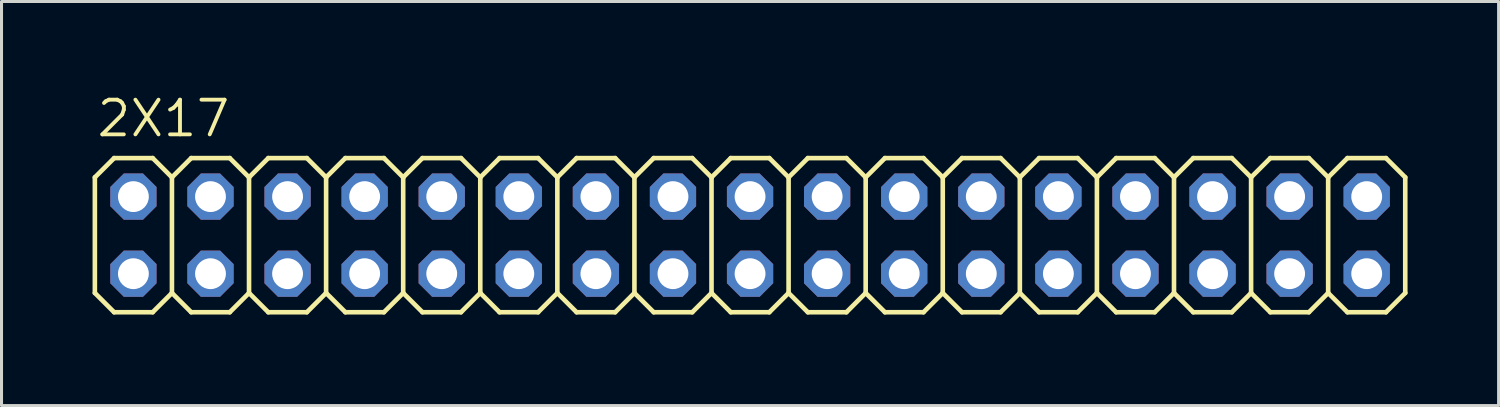
<source format=kicad_pcb>
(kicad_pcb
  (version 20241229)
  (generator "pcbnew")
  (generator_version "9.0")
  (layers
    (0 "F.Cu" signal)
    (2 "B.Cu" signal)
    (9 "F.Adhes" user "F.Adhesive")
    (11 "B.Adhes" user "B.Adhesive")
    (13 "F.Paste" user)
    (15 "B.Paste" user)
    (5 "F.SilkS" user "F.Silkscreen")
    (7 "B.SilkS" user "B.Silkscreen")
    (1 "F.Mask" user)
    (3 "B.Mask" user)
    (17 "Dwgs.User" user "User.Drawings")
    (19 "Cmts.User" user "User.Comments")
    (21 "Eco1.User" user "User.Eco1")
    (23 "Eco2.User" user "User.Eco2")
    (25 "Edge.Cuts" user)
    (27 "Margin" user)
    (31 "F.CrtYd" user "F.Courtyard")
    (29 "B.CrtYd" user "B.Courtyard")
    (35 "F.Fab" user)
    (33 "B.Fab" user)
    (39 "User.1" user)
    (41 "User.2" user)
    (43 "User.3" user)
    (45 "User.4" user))
  (footprint "2X17"
    (layer "F.Cu")
    (at 21.666 4.699)
    (property "Reference" "2X17" (at -21.59 -3.175 0) (layer "F.SilkS") (effects (font (size 1.143 1.143) (thickness 0.127)) (justify left bottom)))
    (fp_line (start -21.59 -1.905) (end -20.955 -2.54) (stroke (width 0.152) (type solid)) (layer "F.SilkS"))
    (fp_line (start -21.59 1.905) (end -21.59 -1.905) (stroke (width 0.152) (type solid)) (layer "F.SilkS"))
    (fp_line (start -21.59 1.905) (end -20.955 2.54) (stroke (width 0.152) (type solid)) (layer "F.SilkS"))
    (fp_line (start -20.955 -2.54) (end -19.685 -2.54) (stroke (width 0.152) (type solid)) (layer "F.SilkS"))
    (fp_line (start -20.955 2.54) (end -19.685 2.54) (stroke (width 0.152) (type solid)) (layer "F.SilkS"))
    (fp_line (start -19.685 -2.54) (end -19.05 -1.905) (stroke (width 0.152) (type solid)) (layer "F.SilkS"))
    (fp_line (start -19.685 2.54) (end -19.05 1.905) (stroke (width 0.152) (type solid)) (layer "F.SilkS"))
    (fp_line (start -19.05 -1.905) (end -19.05 1.905) (stroke (width 0.152) (type solid)) (layer "F.SilkS"))
    (fp_line (start -19.05 -1.905) (end -18.415 -2.54) (stroke (width 0.152) (type solid)) (layer "F.SilkS"))
    (fp_line (start -19.05 1.905) (end -18.415 2.54) (stroke (width 0.152) (type solid)) (layer "F.SilkS"))
    (fp_line (start -18.415 -2.54) (end -17.145 -2.54) (stroke (width 0.152) (type solid)) (layer "F.SilkS"))
    (fp_line (start -18.415 2.54) (end -17.145 2.54) (stroke (width 0.152) (type solid)) (layer "F.SilkS"))
    (fp_line (start -17.145 -2.54) (end -16.51 -1.905) (stroke (width 0.152) (type solid)) (layer "F.SilkS"))
    (fp_line (start -17.145 2.54) (end -16.51 1.905) (stroke (width 0.152) (type solid)) (layer "F.SilkS"))
    (fp_line (start -16.51 -1.905) (end -16.51 1.905) (stroke (width 0.152) (type solid)) (layer "F.SilkS"))
    (fp_line (start -16.51 -1.905) (end -15.875 -2.54) (stroke (width 0.152) (type solid)) (layer "F.SilkS"))
    (fp_line (start -16.51 1.905) (end -15.875 2.54) (stroke (width 0.152) (type solid)) (layer "F.SilkS"))
    (fp_line (start -15.875 -2.54) (end -14.605 -2.54) (stroke (width 0.152) (type solid)) (layer "F.SilkS"))
    (fp_line (start -15.875 2.54) (end -14.605 2.54) (stroke (width 0.152) (type solid)) (layer "F.SilkS"))
    (fp_line (start -14.605 -2.54) (end -13.97 -1.905) (stroke (width 0.152) (type solid)) (layer "F.SilkS"))
    (fp_line (start -14.605 2.54) (end -13.97 1.905) (stroke (width 0.152) (type solid)) (layer "F.SilkS"))
    (fp_line (start -13.97 -1.905) (end -13.97 1.905) (stroke (width 0.152) (type solid)) (layer "F.SilkS"))
    (fp_line (start -13.97 -1.905) (end -13.335 -2.54) (stroke (width 0.152) (type solid)) (layer "F.SilkS"))
    (fp_line (start -13.97 1.905) (end -13.335 2.54) (stroke (width 0.152) (type solid)) (layer "F.SilkS"))
    (fp_line (start -13.335 -2.54) (end -12.065 -2.54) (stroke (width 0.152) (type solid)) (layer "F.SilkS"))
    (fp_line (start -13.335 2.54) (end -12.065 2.54) (stroke (width 0.152) (type solid)) (layer "F.SilkS"))
    (fp_line (start -12.065 -2.54) (end -11.43 -1.905) (stroke (width 0.152) (type solid)) (layer "F.SilkS"))
    (fp_line (start -12.065 2.54) (end -11.43 1.905) (stroke (width 0.152) (type solid)) (layer "F.SilkS"))
    (fp_line (start -11.43 -1.905) (end -11.43 1.905) (stroke (width 0.152) (type solid)) (layer "F.SilkS"))
    (fp_line (start -11.43 -1.905) (end -10.795 -2.54) (stroke (width 0.152) (type solid)) (layer "F.SilkS"))
    (fp_line (start -11.43 1.905) (end -10.795 2.54) (stroke (width 0.152) (type solid)) (layer "F.SilkS"))
    (fp_line (start -10.795 -2.54) (end -9.525 -2.54) (stroke (width 0.152) (type solid)) (layer "F.SilkS"))
    (fp_line (start -10.795 2.54) (end -9.525 2.54) (stroke (width 0.152) (type solid)) (layer "F.SilkS"))
    (fp_line (start -9.525 -2.54) (end -8.89 -1.905) (stroke (width 0.152) (type solid)) (layer "F.SilkS"))
    (fp_line (start -9.525 2.54) (end -8.89 1.905) (stroke (width 0.152) (type solid)) (layer "F.SilkS"))
    (fp_line (start -8.89 -1.905) (end -8.89 1.905) (stroke (width 0.152) (type solid)) (layer "F.SilkS"))
    (fp_line (start -8.89 -1.905) (end -8.255 -2.54) (stroke (width 0.152) (type solid)) (layer "F.SilkS"))
    (fp_line (start -8.89 1.905) (end -8.255 2.54) (stroke (width 0.152) (type solid)) (layer "F.SilkS"))
    (fp_line (start -8.255 -2.54) (end -6.985 -2.54) (stroke (width 0.152) (type solid)) (layer "F.SilkS"))
    (fp_line (start -8.255 2.54) (end -6.985 2.54) (stroke (width 0.152) (type solid)) (layer "F.SilkS"))
    (fp_line (start -6.985 -2.54) (end -6.35 -1.905) (stroke (width 0.152) (type solid)) (layer "F.SilkS"))
    (fp_line (start -6.985 2.54) (end -6.35 1.905) (stroke (width 0.152) (type solid)) (layer "F.SilkS"))
    (fp_line (start -6.35 -1.905) (end -6.35 1.905) (stroke (width 0.152) (type solid)) (layer "F.SilkS"))
    (fp_line (start -6.35 -1.905) (end -5.715 -2.54) (stroke (width 0.152) (type solid)) (layer "F.SilkS"))
    (fp_line (start -6.35 1.905) (end -5.715 2.54) (stroke (width 0.152) (type solid)) (layer "F.SilkS"))
    (fp_line (start -5.715 -2.54) (end -4.445 -2.54) (stroke (width 0.152) (type solid)) (layer "F.SilkS"))
    (fp_line (start -4.445 -2.54) (end -3.81 -1.905) (stroke (width 0.152) (type solid)) (layer "F.SilkS"))
    (fp_line (start -4.445 2.54) (end -5.715 2.54) (stroke (width 0.152) (type solid)) (layer "F.SilkS"))
    (fp_line (start -3.81 -1.905) (end -3.81 1.905) (stroke (width 0.152) (type solid)) (layer "F.SilkS"))
    (fp_line (start -3.81 -1.905) (end -3.175 -2.54) (stroke (width 0.152) (type solid)) (layer "F.SilkS"))
    (fp_line (start -3.81 1.905) (end -4.445 2.54) (stroke (width 0.152) (type solid)) (layer "F.SilkS"))
    (fp_line (start -3.81 1.905) (end -3.175 2.54) (stroke (width 0.152) (type solid)) (layer "F.SilkS"))
    (fp_line (start -3.175 -2.54) (end -1.905 -2.54) (stroke (width 0.152) (type solid)) (layer "F.SilkS"))
    (fp_line (start -1.905 -2.54) (end -1.27 -1.905) (stroke (width 0.152) (type solid)) (layer "F.SilkS"))
    (fp_line (start -1.905 2.54) (end -3.175 2.54) (stroke (width 0.152) (type solid)) (layer "F.SilkS"))
    (fp_line (start -1.27 -1.905) (end -1.27 1.905) (stroke (width 0.152) (type solid)) (layer "F.SilkS"))
    (fp_line (start -1.27 -1.905) (end -0.635 -2.54) (stroke (width 0.152) (type solid)) (layer "F.SilkS"))
    (fp_line (start -1.27 1.905) (end -1.905 2.54) (stroke (width 0.152) (type solid)) (layer "F.SilkS"))
    (fp_line (start -1.27 1.905) (end -0.635 2.54) (stroke (width 0.152) (type solid)) (layer "F.SilkS"))
    (fp_line (start -0.635 -2.54) (end 0.635 -2.54) (stroke (width 0.152) (type solid)) (layer "F.SilkS"))
    (fp_line (start 0.635 -2.54) (end 1.27 -1.905) (stroke (width 0.152) (type solid)) (layer "F.SilkS"))
    (fp_line (start 0.635 2.54) (end -0.635 2.54) (stroke (width 0.152) (type solid)) (layer "F.SilkS"))
    (fp_line (start 1.27 -1.905) (end 1.27 1.905) (stroke (width 0.152) (type solid)) (layer "F.SilkS"))
    (fp_line (start 1.27 -1.905) (end 1.905 -2.54) (stroke (width 0.152) (type solid)) (layer "F.SilkS"))
    (fp_line (start 1.27 1.905) (end 0.635 2.54) (stroke (width 0.152) (type solid)) (layer "F.SilkS"))
    (fp_line (start 1.27 1.905) (end 1.905 2.54) (stroke (width 0.152) (type solid)) (layer "F.SilkS"))
    (fp_line (start 1.905 -2.54) (end 3.175 -2.54) (stroke (width 0.152) (type solid)) (layer "F.SilkS"))
    (fp_line (start 3.175 -2.54) (end 3.81 -1.905) (stroke (width 0.152) (type solid)) (layer "F.SilkS"))
    (fp_line (start 3.175 2.54) (end 1.905 2.54) (stroke (width 0.152) (type solid)) (layer "F.SilkS"))
    (fp_line (start 3.81 -1.905) (end 3.81 1.905) (stroke (width 0.152) (type solid)) (layer "F.SilkS"))
    (fp_line (start 3.81 -1.905) (end 4.445 -2.54) (stroke (width 0.152) (type solid)) (layer "F.SilkS"))
    (fp_line (start 3.81 1.905) (end 3.175 2.54) (stroke (width 0.152) (type solid)) (layer "F.SilkS"))
    (fp_line (start 3.81 1.905) (end 4.445 2.54) (stroke (width 0.152) (type solid)) (layer "F.SilkS"))
    (fp_line (start 4.445 -2.54) (end 5.715 -2.54) (stroke (width 0.152) (type solid)) (layer "F.SilkS"))
    (fp_line (start 5.715 -2.54) (end 6.35 -1.905) (stroke (width 0.152) (type solid)) (layer "F.SilkS"))
    (fp_line (start 5.715 2.54) (end 4.445 2.54) (stroke (width 0.152) (type solid)) (layer "F.SilkS"))
    (fp_line (start 6.35 -1.905) (end 6.35 1.905) (stroke (width 0.152) (type solid)) (layer "F.SilkS"))
    (fp_line (start 6.35 -1.905) (end 6.985 -2.54) (stroke (width 0.152) (type solid)) (layer "F.SilkS"))
    (fp_line (start 6.35 1.905) (end 5.715 2.54) (stroke (width 0.152) (type solid)) (layer "F.SilkS"))
    (fp_line (start 6.35 1.905) (end 6.985 2.54) (stroke (width 0.152) (type solid)) (layer "F.SilkS"))
    (fp_line (start 6.985 -2.54) (end 8.255 -2.54) (stroke (width 0.152) (type solid)) (layer "F.SilkS"))
    (fp_line (start 8.255 2.54) (end 6.985 2.54) (stroke (width 0.152) (type solid)) (layer "F.SilkS"))
    (fp_line (start 8.89 -1.905) (end 8.255 -2.54) (stroke (width 0.152) (type solid)) (layer "F.SilkS"))
    (fp_line (start 8.89 -1.905) (end 8.89 1.905) (stroke (width 0.152) (type solid)) (layer "F.SilkS"))
    (fp_line (start 8.89 -1.905) (end 9.525 -2.54) (stroke (width 0.152) (type solid)) (layer "F.SilkS"))
    (fp_line (start 8.89 1.905) (end 8.255 2.54) (stroke (width 0.152) (type solid)) (layer "F.SilkS"))
    (fp_line (start 8.89 1.905) (end 9.525 2.54) (stroke (width 0.152) (type solid)) (layer "F.SilkS"))
    (fp_line (start 10.795 -2.54) (end 9.525 -2.54) (stroke (width 0.152) (type solid)) (layer "F.SilkS"))
    (fp_line (start 10.795 -2.54) (end 11.43 -1.905) (stroke (width 0.152) (type solid)) (layer "F.SilkS"))
    (fp_line (start 10.795 2.54) (end 9.525 2.54) (stroke (width 0.152) (type solid)) (layer "F.SilkS"))
    (fp_line (start 11.43 -1.905) (end 11.43 1.905) (stroke (width 0.152) (type solid)) (layer "F.SilkS"))
    (fp_line (start 11.43 -1.905) (end 12.065 -2.54) (stroke (width 0.152) (type solid)) (layer "F.SilkS"))
    (fp_line (start 11.43 1.905) (end 10.795 2.54) (stroke (width 0.152) (type solid)) (layer "F.SilkS"))
    (fp_line (start 11.43 1.905) (end 12.065 2.54) (stroke (width 0.152) (type solid)) (layer "F.SilkS"))
    (fp_line (start 13.335 -2.54) (end 12.065 -2.54) (stroke (width 0.152) (type solid)) (layer "F.SilkS"))
    (fp_line (start 13.335 -2.54) (end 13.97 -1.905) (stroke (width 0.152) (type solid)) (layer "F.SilkS"))
    (fp_line (start 13.335 2.54) (end 12.065 2.54) (stroke (width 0.152) (type solid)) (layer "F.SilkS"))
    (fp_line (start 13.97 -1.905) (end 13.97 1.905) (stroke (width 0.152) (type solid)) (layer "F.SilkS"))
    (fp_line (start 13.97 -1.905) (end 14.605 -2.54) (stroke (width 0.152) (type solid)) (layer "F.SilkS"))
    (fp_line (start 13.97 1.905) (end 13.335 2.54) (stroke (width 0.152) (type solid)) (layer "F.SilkS"))
    (fp_line (start 14.605 2.54) (end 13.97 1.905) (stroke (width 0.152) (type solid)) (layer "F.SilkS"))
    (fp_line (start 14.605 2.54) (end 15.875 2.54) (stroke (width 0.152) (type solid)) (layer "F.SilkS"))
    (fp_line (start 15.875 -2.54) (end 14.605 -2.54) (stroke (width 0.152) (type solid)) (layer "F.SilkS"))
    (fp_line (start 15.875 -2.54) (end 16.51 -1.905) (stroke (width 0.152) (type solid)) (layer "F.SilkS"))
    (fp_line (start 16.51 -1.905) (end 16.51 1.905) (stroke (width 0.152) (type solid)) (layer "F.SilkS"))
    (fp_line (start 16.51 -1.905) (end 17.145 -2.54) (stroke (width 0.152) (type solid)) (layer "F.SilkS"))
    (fp_line (start 16.51 1.905) (end 15.875 2.54) (stroke (width 0.152) (type solid)) (layer "F.SilkS"))
    (fp_line (start 17.145 2.54) (end 16.51 1.905) (stroke (width 0.152) (type solid)) (layer "F.SilkS"))
    (fp_line (start 17.145 2.54) (end 18.415 2.54) (stroke (width 0.152) (type solid)) (layer "F.SilkS"))
    (fp_line (start 18.415 -2.54) (end 17.145 -2.54) (stroke (width 0.152) (type solid)) (layer "F.SilkS"))
    (fp_line (start 18.415 -2.54) (end 19.05 -1.905) (stroke (width 0.152) (type solid)) (layer "F.SilkS"))
    (fp_line (start 19.05 -1.905) (end 19.05 1.905) (stroke (width 0.152) (type solid)) (layer "F.SilkS"))
    (fp_line (start 19.05 -1.905) (end 19.685 -2.54) (stroke (width 0.152) (type solid)) (layer "F.SilkS"))
    (fp_line (start 19.05 1.905) (end 18.415 2.54) (stroke (width 0.152) (type solid)) (layer "F.SilkS"))
    (fp_line (start 19.05 1.905) (end 19.685 2.54) (stroke (width 0.152) (type solid)) (layer "F.SilkS"))
    (fp_line (start 20.955 -2.54) (end 19.685 -2.54) (stroke (width 0.152) (type solid)) (layer "F.SilkS"))
    (fp_line (start 20.955 -2.54) (end 21.59 -1.905) (stroke (width 0.152) (type solid)) (layer "F.SilkS"))
    (fp_line (start 20.955 2.54) (end 19.685 2.54) (stroke (width 0.152) (type solid)) (layer "F.SilkS"))
    (fp_line (start 21.59 -1.905) (end 21.59 1.905) (stroke (width 0.152) (type solid)) (layer "F.SilkS"))
    (fp_line (start 21.59 1.905) (end 20.955 2.54) (stroke (width 0.152) (type solid)) (layer "F.SilkS"))
    (fp_poly (pts (xy -20.574 -1.016) (xy -20.066 -1.016) (xy -20.066 -1.524) (xy -20.574 -1.524)) (stroke (width 0.1) (type default)) (fill no) (layer "F.Fab"))
    (fp_poly (pts (xy -20.574 1.524) (xy -20.066 1.524) (xy -20.066 1.016) (xy -20.574 1.016)) (stroke (width 0.1) (type default)) (fill no) (layer "F.Fab"))
    (fp_poly (pts (xy -18.034 -1.016) (xy -17.526 -1.016) (xy -17.526 -1.524) (xy -18.034 -1.524)) (stroke (width 0.1) (type default)) (fill no) (layer "F.Fab"))
    (fp_poly (pts (xy -18.034 1.524) (xy -17.526 1.524) (xy -17.526 1.016) (xy -18.034 1.016)) (stroke (width 0.1) (type default)) (fill no) (layer "F.Fab"))
    (fp_poly (pts (xy -15.494 -1.016) (xy -14.986 -1.016) (xy -14.986 -1.524) (xy -15.494 -1.524)) (stroke (width 0.1) (type default)) (fill no) (layer "F.Fab"))
    (fp_poly (pts (xy -15.494 1.524) (xy -14.986 1.524) (xy -14.986 1.016) (xy -15.494 1.016)) (stroke (width 0.1) (type default)) (fill no) (layer "F.Fab"))
    (fp_poly (pts (xy -12.954 -1.016) (xy -12.446 -1.016) (xy -12.446 -1.524) (xy -12.954 -1.524)) (stroke (width 0.1) (type default)) (fill no) (layer "F.Fab"))
    (fp_poly (pts (xy -12.954 1.524) (xy -12.446 1.524) (xy -12.446 1.016) (xy -12.954 1.016)) (stroke (width 0.1) (type default)) (fill no) (layer "F.Fab"))
    (fp_poly (pts (xy -10.414 -1.016) (xy -9.906 -1.016) (xy -9.906 -1.524) (xy -10.414 -1.524)) (stroke (width 0.1) (type default)) (fill no) (layer "F.Fab"))
    (fp_poly (pts (xy -10.414 1.524) (xy -9.906 1.524) (xy -9.906 1.016) (xy -10.414 1.016)) (stroke (width 0.1) (type default)) (fill no) (layer "F.Fab"))
    (fp_poly (pts (xy -7.874 -1.016) (xy -7.366 -1.016) (xy -7.366 -1.524) (xy -7.874 -1.524)) (stroke (width 0.1) (type default)) (fill no) (layer "F.Fab"))
    (fp_poly (pts (xy -7.874 1.524) (xy -7.366 1.524) (xy -7.366 1.016) (xy -7.874 1.016)) (stroke (width 0.1) (type default)) (fill no) (layer "F.Fab"))
    (fp_poly (pts (xy -5.334 -1.016) (xy -4.826 -1.016) (xy -4.826 -1.524) (xy -5.334 -1.524)) (stroke (width 0.1) (type default)) (fill no) (layer "F.Fab"))
    (fp_poly (pts (xy -5.334 1.524) (xy -4.826 1.524) (xy -4.826 1.016) (xy -5.334 1.016)) (stroke (width 0.1) (type default)) (fill no) (layer "F.Fab"))
    (fp_poly (pts (xy -2.794 -1.016) (xy -2.286 -1.016) (xy -2.286 -1.524) (xy -2.794 -1.524)) (stroke (width 0.1) (type default)) (fill no) (layer "F.Fab"))
    (fp_poly (pts (xy -2.794 1.524) (xy -2.286 1.524) (xy -2.286 1.016) (xy -2.794 1.016)) (stroke (width 0.1) (type default)) (fill no) (layer "F.Fab"))
    (fp_poly (pts (xy -0.254 -1.016) (xy 0.254 -1.016) (xy 0.254 -1.524) (xy -0.254 -1.524)) (stroke (width 0.1) (type default)) (fill no) (layer "F.Fab"))
    (fp_poly (pts (xy -0.254 1.524) (xy 0.254 1.524) (xy 0.254 1.016) (xy -0.254 1.016)) (stroke (width 0.1) (type default)) (fill no) (layer "F.Fab"))
    (fp_poly (pts (xy 2.286 -1.016) (xy 2.794 -1.016) (xy 2.794 -1.524) (xy 2.286 -1.524)) (stroke (width 0.1) (type default)) (fill no) (layer "F.Fab"))
    (fp_poly (pts (xy 2.286 1.524) (xy 2.794 1.524) (xy 2.794 1.016) (xy 2.286 1.016)) (stroke (width 0.1) (type default)) (fill no) (layer "F.Fab"))
    (fp_poly (pts (xy 4.826 -1.016) (xy 5.334 -1.016) (xy 5.334 -1.524) (xy 4.826 -1.524)) (stroke (width 0.1) (type default)) (fill no) (layer "F.Fab"))
    (fp_poly (pts (xy 4.826 1.524) (xy 5.334 1.524) (xy 5.334 1.016) (xy 4.826 1.016)) (stroke (width 0.1) (type default)) (fill no) (layer "F.Fab"))
    (fp_poly (pts (xy 7.366 -1.016) (xy 7.874 -1.016) (xy 7.874 -1.524) (xy 7.366 -1.524)) (stroke (width 0.1) (type default)) (fill no) (layer "F.Fab"))
    (fp_poly (pts (xy 7.366 1.524) (xy 7.874 1.524) (xy 7.874 1.016) (xy 7.366 1.016)) (stroke (width 0.1) (type default)) (fill no) (layer "F.Fab"))
    (fp_poly (pts (xy 9.906 -1.016) (xy 10.414 -1.016) (xy 10.414 -1.524) (xy 9.906 -1.524)) (stroke (width 0.1) (type default)) (fill no) (layer "F.Fab"))
    (fp_poly (pts (xy 9.906 1.524) (xy 10.414 1.524) (xy 10.414 1.016) (xy 9.906 1.016)) (stroke (width 0.1) (type default)) (fill no) (layer "F.Fab"))
    (fp_poly (pts (xy 12.446 -1.016) (xy 12.954 -1.016) (xy 12.954 -1.524) (xy 12.446 -1.524)) (stroke (width 0.1) (type default)) (fill no) (layer "F.Fab"))
    (fp_poly (pts (xy 12.446 1.524) (xy 12.954 1.524) (xy 12.954 1.016) (xy 12.446 1.016)) (stroke (width 0.1) (type default)) (fill no) (layer "F.Fab"))
    (fp_poly (pts (xy 14.986 -1.016) (xy 15.494 -1.016) (xy 15.494 -1.524) (xy 14.986 -1.524)) (stroke (width 0.1) (type default)) (fill no) (layer "F.Fab"))
    (fp_poly (pts (xy 14.986 1.524) (xy 15.494 1.524) (xy 15.494 1.016) (xy 14.986 1.016)) (stroke (width 0.1) (type default)) (fill no) (layer "F.Fab"))
    (fp_poly (pts (xy 17.526 -1.016) (xy 18.034 -1.016) (xy 18.034 -1.524) (xy 17.526 -1.524)) (stroke (width 0.1) (type default)) (fill no) (layer "F.Fab"))
    (fp_poly (pts (xy 17.526 1.524) (xy 18.034 1.524) (xy 18.034 1.016) (xy 17.526 1.016)) (stroke (width 0.1) (type default)) (fill no) (layer "F.Fab"))
    (fp_poly (pts (xy 20.066 -1.016) (xy 20.574 -1.016) (xy 20.574 -1.524) (xy 20.066 -1.524)) (stroke (width 0.1) (type default)) (fill no) (layer "F.Fab"))
    (fp_poly (pts (xy 20.066 1.524) (xy 20.574 1.524) (xy 20.574 1.016) (xy 20.066 1.016)) (stroke (width 0.1) (type default)) (fill no) (layer "F.Fab"))
    (pad "1" thru_hole roundrect (at -20.32 1.27) (size 1.524 1.524) (drill 1.016) (layers "*.Cu" "*.Mask") (roundrect_rratio 0.25) (chamfer_ratio 0.293) (chamfer top_left top_right bottom_left bottom_right))
    (pad "2" thru_hole roundrect (at -20.32 -1.27) (size 1.524 1.524) (drill 1.016) (layers "*.Cu" "*.Mask") (roundrect_rratio 0.25) (chamfer_ratio 0.293) (chamfer top_left top_right bottom_left bottom_right))
    (pad "3" thru_hole roundrect (at -17.78 1.27) (size 1.524 1.524) (drill 1.016) (layers "*.Cu" "*.Mask") (roundrect_rratio 0.25) (chamfer_ratio 0.293) (chamfer top_left top_right bottom_left bottom_right))
    (pad "4" thru_hole roundrect (at -17.78 -1.27) (size 1.524 1.524) (drill 1.016) (layers "*.Cu" "*.Mask") (roundrect_rratio 0.25) (chamfer_ratio 0.293) (chamfer top_left top_right bottom_left bottom_right))
    (pad "5" thru_hole roundrect (at -15.24 1.27) (size 1.524 1.524) (drill 1.016) (layers "*.Cu" "*.Mask") (roundrect_rratio 0.25) (chamfer_ratio 0.293) (chamfer top_left top_right bottom_left bottom_right))
    (pad "6" thru_hole roundrect (at -15.24 -1.27) (size 1.524 1.524) (drill 1.016) (layers "*.Cu" "*.Mask") (roundrect_rratio 0.25) (chamfer_ratio 0.293) (chamfer top_left top_right bottom_left bottom_right))
    (pad "7" thru_hole roundrect (at -12.7 1.27) (size 1.524 1.524) (drill 1.016) (layers "*.Cu" "*.Mask") (roundrect_rratio 0.25) (chamfer_ratio 0.293) (chamfer top_left top_right bottom_left bottom_right))
    (pad "8" thru_hole roundrect (at -12.7 -1.27) (size 1.524 1.524) (drill 1.016) (layers "*.Cu" "*.Mask") (roundrect_rratio 0.25) (chamfer_ratio 0.293) (chamfer top_left top_right bottom_left bottom_right))
    (pad "9" thru_hole roundrect (at -10.16 1.27) (size 1.524 1.524) (drill 1.016) (layers "*.Cu" "*.Mask") (roundrect_rratio 0.25) (chamfer_ratio 0.293) (chamfer top_left top_right bottom_left bottom_right))
    (pad "10" thru_hole roundrect (at -10.16 -1.27) (size 1.524 1.524) (drill 1.016) (layers "*.Cu" "*.Mask") (roundrect_rratio 0.25) (chamfer_ratio 0.293) (chamfer top_left top_right bottom_left bottom_right))
    (pad "11" thru_hole roundrect (at -7.62 1.27) (size 1.524 1.524) (drill 1.016) (layers "*.Cu" "*.Mask") (roundrect_rratio 0.25) (chamfer_ratio 0.293) (chamfer top_left top_right bottom_left bottom_right))
    (pad "12" thru_hole roundrect (at -7.62 -1.27) (size 1.524 1.524) (drill 1.016) (layers "*.Cu" "*.Mask") (roundrect_rratio 0.25) (chamfer_ratio 0.293) (chamfer top_left top_right bottom_left bottom_right))
    (pad "13" thru_hole roundrect (at -5.08 1.27) (size 1.524 1.524) (drill 1.016) (layers "*.Cu" "*.Mask") (roundrect_rratio 0.25) (chamfer_ratio 0.293) (chamfer top_left top_right bottom_left bottom_right))
    (pad "14" thru_hole roundrect (at -5.08 -1.27) (size 1.524 1.524) (drill 1.016) (layers "*.Cu" "*.Mask") (roundrect_rratio 0.25) (chamfer_ratio 0.293) (chamfer top_left top_right bottom_left bottom_right))
    (pad "15" thru_hole roundrect (at -2.54 1.27) (size 1.524 1.524) (drill 1.016) (layers "*.Cu" "*.Mask") (roundrect_rratio 0.25) (chamfer_ratio 0.293) (chamfer top_left top_right bottom_left bottom_right))
    (pad "16" thru_hole roundrect (at -2.54 -1.27) (size 1.524 1.524) (drill 1.016) (layers "*.Cu" "*.Mask") (roundrect_rratio 0.25) (chamfer_ratio 0.293) (chamfer top_left top_right bottom_left bottom_right))
    (pad "17" thru_hole roundrect (at 0 1.27) (size 1.524 1.524) (drill 1.016) (layers "*.Cu" "*.Mask") (roundrect_rratio 0.25) (chamfer_ratio 0.293) (chamfer top_left top_right bottom_left bottom_right))
    (pad "18" thru_hole roundrect (at 0 -1.27) (size 1.524 1.524) (drill 1.016) (layers "*.Cu" "*.Mask") (roundrect_rratio 0.25) (chamfer_ratio 0.293) (chamfer top_left top_right bottom_left bottom_right))
    (pad "19" thru_hole roundrect (at 2.54 1.27) (size 1.524 1.524) (drill 1.016) (layers "*.Cu" "*.Mask") (roundrect_rratio 0.25) (chamfer_ratio 0.293) (chamfer top_left top_right bottom_left bottom_right))
    (pad "20" thru_hole roundrect (at 2.54 -1.27) (size 1.524 1.524) (drill 1.016) (layers "*.Cu" "*.Mask") (roundrect_rratio 0.25) (chamfer_ratio 0.293) (chamfer top_left top_right bottom_left bottom_right))
    (pad "21" thru_hole roundrect (at 5.08 1.27) (size 1.524 1.524) (drill 1.016) (layers "*.Cu" "*.Mask") (roundrect_rratio 0.25) (chamfer_ratio 0.293) (chamfer top_left top_right bottom_left bottom_right))
    (pad "22" thru_hole roundrect (at 5.08 -1.27) (size 1.524 1.524) (drill 1.016) (layers "*.Cu" "*.Mask") (roundrect_rratio 0.25) (chamfer_ratio 0.293) (chamfer top_left top_right bottom_left bottom_right))
    (pad "23" thru_hole roundrect (at 7.62 1.27) (size 1.524 1.524) (drill 1.016) (layers "*.Cu" "*.Mask") (roundrect_rratio 0.25) (chamfer_ratio 0.293) (chamfer top_left top_right bottom_left bottom_right))
    (pad "24" thru_hole roundrect (at 7.62 -1.27) (size 1.524 1.524) (drill 1.016) (layers "*.Cu" "*.Mask") (roundrect_rratio 0.25) (chamfer_ratio 0.293) (chamfer top_left top_right bottom_left bottom_right))
    (pad "25" thru_hole roundrect (at 10.16 1.27) (size 1.524 1.524) (drill 1.016) (layers "*.Cu" "*.Mask") (roundrect_rratio 0.25) (chamfer_ratio 0.293) (chamfer top_left top_right bottom_left bottom_right))
    (pad "26" thru_hole roundrect (at 10.16 -1.27) (size 1.524 1.524) (drill 1.016) (layers "*.Cu" "*.Mask") (roundrect_rratio 0.25) (chamfer_ratio 0.293) (chamfer top_left top_right bottom_left bottom_right))
    (pad "27" thru_hole roundrect (at 12.7 1.27) (size 1.524 1.524) (drill 1.016) (layers "*.Cu" "*.Mask") (roundrect_rratio 0.25) (chamfer_ratio 0.293) (chamfer top_left top_right bottom_left bottom_right))
    (pad "28" thru_hole roundrect (at 12.7 -1.27) (size 1.524 1.524) (drill 1.016) (layers "*.Cu" "*.Mask") (roundrect_rratio 0.25) (chamfer_ratio 0.293) (chamfer top_left top_right bottom_left bottom_right))
    (pad "29" thru_hole roundrect (at 15.24 1.27) (size 1.524 1.524) (drill 1.016) (layers "*.Cu" "*.Mask") (roundrect_rratio 0.25) (chamfer_ratio 0.293) (chamfer top_left top_right bottom_left bottom_right))
    (pad "30" thru_hole roundrect (at 15.24 -1.27) (size 1.524 1.524) (drill 1.016) (layers "*.Cu" "*.Mask") (roundrect_rratio 0.25) (chamfer_ratio 0.293) (chamfer top_left top_right bottom_left bottom_right))
    (pad "31" thru_hole roundrect (at 17.78 1.27) (size 1.524 1.524) (drill 1.016) (layers "*.Cu" "*.Mask") (roundrect_rratio 0.25) (chamfer_ratio 0.293) (chamfer top_left top_right bottom_left bottom_right))
    (pad "32" thru_hole roundrect (at 17.78 -1.27) (size 1.524 1.524) (drill 1.016) (layers "*.Cu" "*.Mask") (roundrect_rratio 0.25) (chamfer_ratio 0.293) (chamfer top_left top_right bottom_left bottom_right))
    (pad "33" thru_hole roundrect (at 20.32 1.27) (size 1.524 1.524) (drill 1.016) (layers "*.Cu" "*.Mask") (roundrect_rratio 0.25) (chamfer_ratio 0.293) (chamfer top_left top_right bottom_left bottom_right))
    (pad "34" thru_hole roundrect (at 20.32 -1.27) (size 1.524 1.524) (drill 1.016) (layers "*.Cu" "*.Mask") (roundrect_rratio 0.25) (chamfer_ratio 0.293) (chamfer top_left top_right bottom_left bottom_right)))
  (gr_rect
    (start -3 -3)
    (end 46.332 10.315)
    (stroke (width 0.1) (type default))
    (fill no)
    (layer "Edge.Cuts")))
</source>
